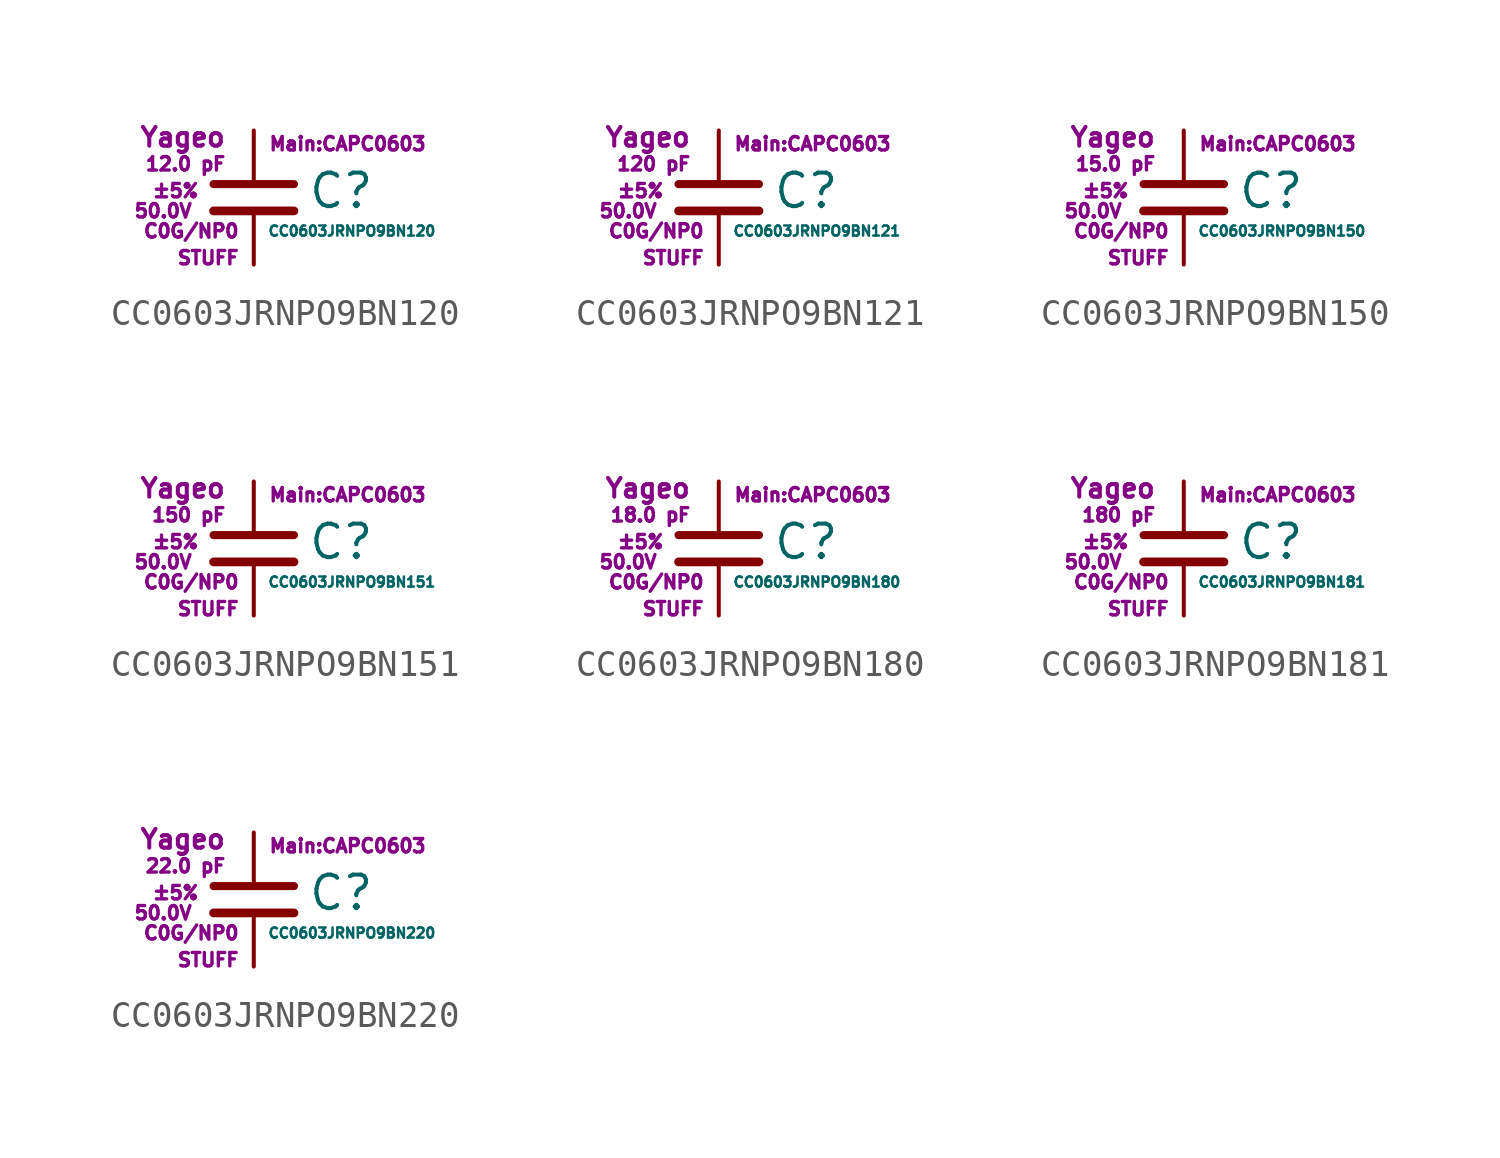
<source format=kicad_sym>
(kicad_symbol_lib
  (version 20211014)
  (generator kicad_symbol_editor)
  (symbol "CC0603JRNPO9BN120"
    (pin_numbers hide)
    (pin_names
      (offset 0.254) hide)
    (property "Reference" "C"
      (at 2.032 0.254 0)
      (effects (font (size 1.27 1.27)) (justify left)))
    (property "Value" "CC0603JRNPO9BN120"
      (at 0.508 -1.27 0)
      (effects (font (size 0.381 0.381)) (justify left)))
    (property "Footprint" "Main:CAPC0603"
      (at 3.556 2.032 0)
      (effects (font (size 0.508 0.508))))
    (property "Datasheet" ""
      (at 0.762 0.508 0)
      (effects (font (size 1.27 1.27))))
    (property "Manufacturer" "Yageo"
      (at -1.016 2.286 0)
      (effects (font (size 0.711 0.711)) (justify right)))
    (property "SKU" "STUFF"
      (at -0.508 -2.286 0)
      (effects (font (size 0.508 0.508)) (justify right)))
    (property "C" "12.0 pF"
      (at -1.016 1.27 0)
      (effects (font (size 0.508 0.508)) (justify right)))
    (property "Tol" "±5%"
      (at -2.032 0.254 0)
      (effects (font (size 0.508 0.508)) (justify right)))
    (property "Vmax" "50.0V"
      (at -2.286 -0.508 0)
      (effects (font (size 0.508 0.508)) (justify right)))
    (property "Type" "C0G/NP0"
      (at -0.508 -1.27 0)
      (effects (font (size 0.508 0.508)) (justify right)))
    (symbol "CC0603JRNPO9BN120_0_1"
      (polyline (pts (xy -1.524 -0.508) (xy 1.524 -0.508)) (stroke (width 0.33) (type default) (color 0 0 0 0)) (fill (type none)))
      (polyline (pts (xy -1.524 0.508) (xy 1.524 0.508)) (stroke (width 0.305) (type default) (color 0 0 0 0)) (fill (type none))))
    (symbol "CC0603JRNPO9BN120_1_1"
      (pin passive line (at 0 2.54 270) (length 1.905) (name "~" (effects (font (size 1.016 1.016)))) (number "1" (effects (font (size 1.016 1.016)))))
      (pin passive line (at 0 -2.54 90) (length 2.032) (name "~" (effects (font (size 1.016 1.016)))) (number "2" (effects (font (size 1.016 1.016)))))))
  (symbol "CC0603JRNPO9BN121"
    (pin_numbers hide)
    (pin_names
      (offset 0.254) hide)
    (property "Reference" "C"
      (at 2.032 0.254 0)
      (effects (font (size 1.27 1.27)) (justify left)))
    (property "Value" "CC0603JRNPO9BN121"
      (at 0.508 -1.27 0)
      (effects (font (size 0.381 0.381)) (justify left)))
    (property "Footprint" "Main:CAPC0603"
      (at 3.556 2.032 0)
      (effects (font (size 0.508 0.508))))
    (property "Datasheet" ""
      (at 0.762 0.508 0)
      (effects (font (size 1.27 1.27))))
    (property "Manufacturer" "Yageo"
      (at -1.016 2.286 0)
      (effects (font (size 0.711 0.711)) (justify right)))
    (property "SKU" "STUFF"
      (at -0.508 -2.286 0)
      (effects (font (size 0.508 0.508)) (justify right)))
    (property "C" "120 pF"
      (at -1.016 1.27 0)
      (effects (font (size 0.508 0.508)) (justify right)))
    (property "Tol" "±5%"
      (at -2.032 0.254 0)
      (effects (font (size 0.508 0.508)) (justify right)))
    (property "Vmax" "50.0V"
      (at -2.286 -0.508 0)
      (effects (font (size 0.508 0.508)) (justify right)))
    (property "Type" "C0G/NP0"
      (at -0.508 -1.27 0)
      (effects (font (size 0.508 0.508)) (justify right)))
    (symbol "CC0603JRNPO9BN121_0_1"
      (polyline (pts (xy -1.524 -0.508) (xy 1.524 -0.508)) (stroke (width 0.33) (type default) (color 0 0 0 0)) (fill (type none)))
      (polyline (pts (xy -1.524 0.508) (xy 1.524 0.508)) (stroke (width 0.305) (type default) (color 0 0 0 0)) (fill (type none))))
    (symbol "CC0603JRNPO9BN121_1_1"
      (pin passive line (at 0 2.54 270) (length 1.905) (name "~" (effects (font (size 1.016 1.016)))) (number "1" (effects (font (size 1.016 1.016)))))
      (pin passive line (at 0 -2.54 90) (length 2.032) (name "~" (effects (font (size 1.016 1.016)))) (number "2" (effects (font (size 1.016 1.016)))))))
  (symbol "CC0603JRNPO9BN150"
    (pin_numbers hide)
    (pin_names
      (offset 0.254) hide)
    (property "Reference" "C"
      (at 2.032 0.254 0)
      (effects (font (size 1.27 1.27)) (justify left)))
    (property "Value" "CC0603JRNPO9BN150"
      (at 0.508 -1.27 0)
      (effects (font (size 0.381 0.381)) (justify left)))
    (property "Footprint" "Main:CAPC0603"
      (at 3.556 2.032 0)
      (effects (font (size 0.508 0.508))))
    (property "Datasheet" ""
      (at 0.762 0.508 0)
      (effects (font (size 1.27 1.27))))
    (property "Manufacturer" "Yageo"
      (at -1.016 2.286 0)
      (effects (font (size 0.711 0.711)) (justify right)))
    (property "SKU" "STUFF"
      (at -0.508 -2.286 0)
      (effects (font (size 0.508 0.508)) (justify right)))
    (property "C" "15.0 pF"
      (at -1.016 1.27 0)
      (effects (font (size 0.508 0.508)) (justify right)))
    (property "Tol" "±5%"
      (at -2.032 0.254 0)
      (effects (font (size 0.508 0.508)) (justify right)))
    (property "Vmax" "50.0V"
      (at -2.286 -0.508 0)
      (effects (font (size 0.508 0.508)) (justify right)))
    (property "Type" "C0G/NP0"
      (at -0.508 -1.27 0)
      (effects (font (size 0.508 0.508)) (justify right)))
    (symbol "CC0603JRNPO9BN150_0_1"
      (polyline (pts (xy -1.524 -0.508) (xy 1.524 -0.508)) (stroke (width 0.33) (type default) (color 0 0 0 0)) (fill (type none)))
      (polyline (pts (xy -1.524 0.508) (xy 1.524 0.508)) (stroke (width 0.305) (type default) (color 0 0 0 0)) (fill (type none))))
    (symbol "CC0603JRNPO9BN150_1_1"
      (pin passive line (at 0 2.54 270) (length 1.905) (name "~" (effects (font (size 1.016 1.016)))) (number "1" (effects (font (size 1.016 1.016)))))
      (pin passive line (at 0 -2.54 90) (length 2.032) (name "~" (effects (font (size 1.016 1.016)))) (number "2" (effects (font (size 1.016 1.016)))))))
  (symbol "CC0603JRNPO9BN151"
    (pin_numbers hide)
    (pin_names
      (offset 0.254) hide)
    (property "Reference" "C"
      (at 2.032 0.254 0)
      (effects (font (size 1.27 1.27)) (justify left)))
    (property "Value" "CC0603JRNPO9BN151"
      (at 0.508 -1.27 0)
      (effects (font (size 0.381 0.381)) (justify left)))
    (property "Footprint" "Main:CAPC0603"
      (at 3.556 2.032 0)
      (effects (font (size 0.508 0.508))))
    (property "Datasheet" ""
      (at 0.762 0.508 0)
      (effects (font (size 1.27 1.27))))
    (property "Manufacturer" "Yageo"
      (at -1.016 2.286 0)
      (effects (font (size 0.711 0.711)) (justify right)))
    (property "SKU" "STUFF"
      (at -0.508 -2.286 0)
      (effects (font (size 0.508 0.508)) (justify right)))
    (property "C" "150 pF"
      (at -1.016 1.27 0)
      (effects (font (size 0.508 0.508)) (justify right)))
    (property "Tol" "±5%"
      (at -2.032 0.254 0)
      (effects (font (size 0.508 0.508)) (justify right)))
    (property "Vmax" "50.0V"
      (at -2.286 -0.508 0)
      (effects (font (size 0.508 0.508)) (justify right)))
    (property "Type" "C0G/NP0"
      (at -0.508 -1.27 0)
      (effects (font (size 0.508 0.508)) (justify right)))
    (symbol "CC0603JRNPO9BN151_0_1"
      (polyline (pts (xy -1.524 -0.508) (xy 1.524 -0.508)) (stroke (width 0.33) (type default) (color 0 0 0 0)) (fill (type none)))
      (polyline (pts (xy -1.524 0.508) (xy 1.524 0.508)) (stroke (width 0.305) (type default) (color 0 0 0 0)) (fill (type none))))
    (symbol "CC0603JRNPO9BN151_1_1"
      (pin passive line (at 0 2.54 270) (length 1.905) (name "~" (effects (font (size 1.016 1.016)))) (number "1" (effects (font (size 1.016 1.016)))))
      (pin passive line (at 0 -2.54 90) (length 2.032) (name "~" (effects (font (size 1.016 1.016)))) (number "2" (effects (font (size 1.016 1.016)))))))
  (symbol "CC0603JRNPO9BN180"
    (pin_numbers hide)
    (pin_names
      (offset 0.254) hide)
    (property "Reference" "C"
      (at 2.032 0.254 0)
      (effects (font (size 1.27 1.27)) (justify left)))
    (property "Value" "CC0603JRNPO9BN180"
      (at 0.508 -1.27 0)
      (effects (font (size 0.381 0.381)) (justify left)))
    (property "Footprint" "Main:CAPC0603"
      (at 3.556 2.032 0)
      (effects (font (size 0.508 0.508))))
    (property "Datasheet" ""
      (at 0.762 0.508 0)
      (effects (font (size 1.27 1.27))))
    (property "Manufacturer" "Yageo"
      (at -1.016 2.286 0)
      (effects (font (size 0.711 0.711)) (justify right)))
    (property "SKU" "STUFF"
      (at -0.508 -2.286 0)
      (effects (font (size 0.508 0.508)) (justify right)))
    (property "C" "18.0 pF"
      (at -1.016 1.27 0)
      (effects (font (size 0.508 0.508)) (justify right)))
    (property "Tol" "±5%"
      (at -2.032 0.254 0)
      (effects (font (size 0.508 0.508)) (justify right)))
    (property "Vmax" "50.0V"
      (at -2.286 -0.508 0)
      (effects (font (size 0.508 0.508)) (justify right)))
    (property "Type" "C0G/NP0"
      (at -0.508 -1.27 0)
      (effects (font (size 0.508 0.508)) (justify right)))
    (symbol "CC0603JRNPO9BN180_0_1"
      (polyline (pts (xy -1.524 -0.508) (xy 1.524 -0.508)) (stroke (width 0.33) (type default) (color 0 0 0 0)) (fill (type none)))
      (polyline (pts (xy -1.524 0.508) (xy 1.524 0.508)) (stroke (width 0.305) (type default) (color 0 0 0 0)) (fill (type none))))
    (symbol "CC0603JRNPO9BN180_1_1"
      (pin passive line (at 0 2.54 270) (length 1.905) (name "~" (effects (font (size 1.016 1.016)))) (number "1" (effects (font (size 1.016 1.016)))))
      (pin passive line (at 0 -2.54 90) (length 2.032) (name "~" (effects (font (size 1.016 1.016)))) (number "2" (effects (font (size 1.016 1.016)))))))
  (symbol "CC0603JRNPO9BN181"
    (pin_numbers hide)
    (pin_names
      (offset 0.254) hide)
    (property "Reference" "C"
      (at 2.032 0.254 0)
      (effects (font (size 1.27 1.27)) (justify left)))
    (property "Value" "CC0603JRNPO9BN181"
      (at 0.508 -1.27 0)
      (effects (font (size 0.381 0.381)) (justify left)))
    (property "Footprint" "Main:CAPC0603"
      (at 3.556 2.032 0)
      (effects (font (size 0.508 0.508))))
    (property "Datasheet" ""
      (at 0.762 0.508 0)
      (effects (font (size 1.27 1.27))))
    (property "Manufacturer" "Yageo"
      (at -1.016 2.286 0)
      (effects (font (size 0.711 0.711)) (justify right)))
    (property "SKU" "STUFF"
      (at -0.508 -2.286 0)
      (effects (font (size 0.508 0.508)) (justify right)))
    (property "C" "180 pF"
      (at -1.016 1.27 0)
      (effects (font (size 0.508 0.508)) (justify right)))
    (property "Tol" "±5%"
      (at -2.032 0.254 0)
      (effects (font (size 0.508 0.508)) (justify right)))
    (property "Vmax" "50.0V"
      (at -2.286 -0.508 0)
      (effects (font (size 0.508 0.508)) (justify right)))
    (property "Type" "C0G/NP0"
      (at -0.508 -1.27 0)
      (effects (font (size 0.508 0.508)) (justify right)))
    (symbol "CC0603JRNPO9BN181_0_1"
      (polyline (pts (xy -1.524 -0.508) (xy 1.524 -0.508)) (stroke (width 0.33) (type default) (color 0 0 0 0)) (fill (type none)))
      (polyline (pts (xy -1.524 0.508) (xy 1.524 0.508)) (stroke (width 0.305) (type default) (color 0 0 0 0)) (fill (type none))))
    (symbol "CC0603JRNPO9BN181_1_1"
      (pin passive line (at 0 2.54 270) (length 1.905) (name "~" (effects (font (size 1.016 1.016)))) (number "1" (effects (font (size 1.016 1.016)))))
      (pin passive line (at 0 -2.54 90) (length 2.032) (name "~" (effects (font (size 1.016 1.016)))) (number "2" (effects (font (size 1.016 1.016)))))))
  (symbol "CC0603JRNPO9BN220"
    (pin_numbers hide)
    (pin_names
      (offset 0.254) hide)
    (property "Reference" "C"
      (at 2.032 0.254 0)
      (effects (font (size 1.27 1.27)) (justify left)))
    (property "Value" "CC0603JRNPO9BN220"
      (at 0.508 -1.27 0)
      (effects (font (size 0.381 0.381)) (justify left)))
    (property "Footprint" "Main:CAPC0603"
      (at 3.556 2.032 0)
      (effects (font (size 0.508 0.508))))
    (property "Datasheet" ""
      (at 0.762 0.508 0)
      (effects (font (size 1.27 1.27))))
    (property "Manufacturer" "Yageo"
      (at -1.016 2.286 0)
      (effects (font (size 0.711 0.711)) (justify right)))
    (property "SKU" "STUFF"
      (at -0.508 -2.286 0)
      (effects (font (size 0.508 0.508)) (justify right)))
    (property "C" "22.0 pF"
      (at -1.016 1.27 0)
      (effects (font (size 0.508 0.508)) (justify right)))
    (property "Tol" "±5%"
      (at -2.032 0.254 0)
      (effects (font (size 0.508 0.508)) (justify right)))
    (property "Vmax" "50.0V"
      (at -2.286 -0.508 0)
      (effects (font (size 0.508 0.508)) (justify right)))
    (property "Type" "C0G/NP0"
      (at -0.508 -1.27 0)
      (effects (font (size 0.508 0.508)) (justify right)))
    (symbol "CC0603JRNPO9BN220_0_1"
      (polyline (pts (xy -1.524 -0.508) (xy 1.524 -0.508)) (stroke (width 0.33) (type default) (color 0 0 0 0)) (fill (type none)))
      (polyline (pts (xy -1.524 0.508) (xy 1.524 0.508)) (stroke (width 0.305) (type default) (color 0 0 0 0)) (fill (type none))))
    (symbol "CC0603JRNPO9BN220_1_1"
      (pin passive line (at 0 2.54 270) (length 1.905) (name "~" (effects (font (size 1.016 1.016)))) (number "1" (effects (font (size 1.016 1.016)))))
      (pin passive line (at 0 -2.54 90) (length 2.032) (name "~" (effects (font (size 1.016 1.016)))) (number "2" (effects (font (size 1.016 1.016))))))))
</source>
